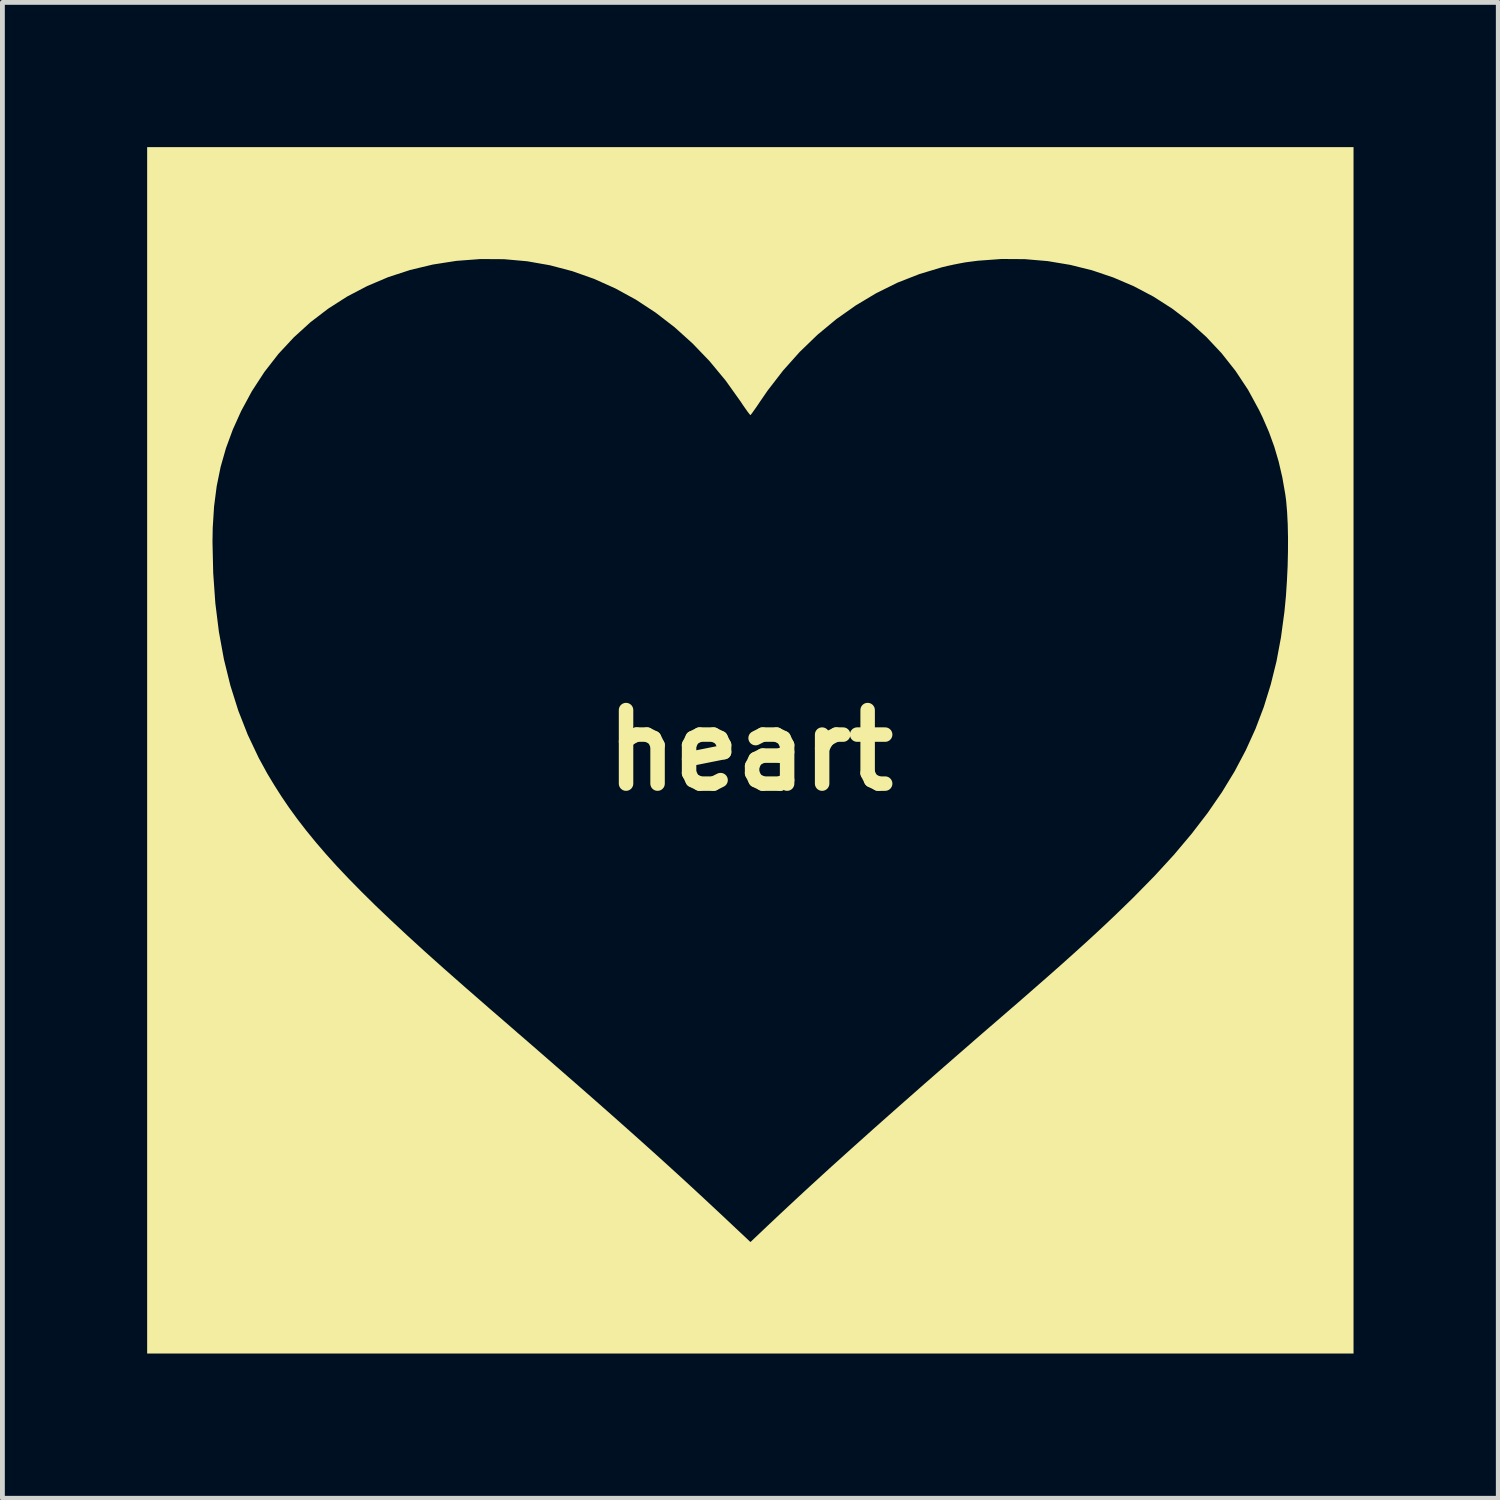
<source format=kicad_pcb>
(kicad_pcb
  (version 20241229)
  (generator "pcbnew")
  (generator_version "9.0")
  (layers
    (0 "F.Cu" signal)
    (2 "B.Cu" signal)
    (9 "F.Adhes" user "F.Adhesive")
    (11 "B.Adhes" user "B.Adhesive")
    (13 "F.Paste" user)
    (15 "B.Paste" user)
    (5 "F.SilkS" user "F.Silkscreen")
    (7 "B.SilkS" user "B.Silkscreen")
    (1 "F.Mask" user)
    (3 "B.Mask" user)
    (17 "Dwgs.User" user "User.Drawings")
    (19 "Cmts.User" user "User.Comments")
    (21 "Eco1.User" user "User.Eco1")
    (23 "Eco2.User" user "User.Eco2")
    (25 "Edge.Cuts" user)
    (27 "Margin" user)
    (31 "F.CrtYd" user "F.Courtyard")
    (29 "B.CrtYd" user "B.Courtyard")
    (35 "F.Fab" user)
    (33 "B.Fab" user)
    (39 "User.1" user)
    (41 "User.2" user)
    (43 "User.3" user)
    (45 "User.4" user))
  (footprint "heart"
    (layer "F.Cu")
    (at 12.502 12.502)
    (property "Reference" "heart" (at 0 0 0) (layer "F.SilkS") (effects (font (size 1.524 1.524) (thickness 0.3))))
    (attr board_only exclude_from_pos_files exclude_from_bom)
    (fp_poly (pts (xy 12.502 12.502) (xy -12.502 12.502) (xy -12.502 -4.324) (xy -11.148 -4.324) (xy -11.133 -3.673) (xy -11.089 -3.051) (xy -11.015 -2.456) (xy -10.911 -1.887) (xy -10.777 -1.343) (xy -10.613 -0.822) (xy -10.417 -0.323) (xy -10.19 0.156) (xy -10.013 0.48) (xy -9.869 0.719) (xy -9.719 0.955) (xy -9.56 1.189) (xy -9.39 1.423) (xy -9.207 1.66) (xy -9.011 1.9) (xy -8.8 2.146) (xy -8.571 2.4) (xy -8.323 2.662) (xy -8.054 2.936) (xy -7.764 3.222) (xy -7.449 3.522) (xy -7.109 3.839) (xy -6.742 4.174) (xy -6.346 4.528) (xy -5.919 4.904) (xy -5.553 5.223) (xy -5.412 5.346) (xy -5.258 5.479) (xy -5.102 5.614) (xy -4.953 5.743) (xy -4.82 5.859) (xy -4.74 5.928) (xy -4.311 6.3) (xy -3.911 6.649) (xy -3.537 6.975) (xy -3.186 7.283) (xy -2.856 7.574) (xy -2.544 7.851) (xy -2.247 8.116) (xy -1.961 8.373) (xy -1.685 8.623) (xy -1.415 8.869) (xy -1.149 9.114) (xy -0.883 9.361) (xy -0.615 9.611) (xy -0.359 9.852) (xy 0.002 10.191) (xy 0.371 9.841) (xy 0.487 9.732) (xy 0.625 9.602) (xy 0.777 9.46) (xy 0.934 9.314) (xy 1.089 9.17) (xy 1.229 9.041) (xy 1.641 8.664) (xy 2.086 8.263) (xy 2.563 7.836) (xy 3.073 7.384) (xy 3.616 6.906) (xy 4.191 6.404) (xy 4.799 5.875) (xy 5.208 5.522) (xy 5.562 5.216) (xy 5.886 4.933) (xy 6.184 4.672) (xy 6.459 4.429) (xy 6.713 4.201) (xy 6.95 3.987) (xy 7.173 3.782) (xy 7.384 3.585) (xy 7.586 3.393) (xy 7.783 3.202) (xy 7.936 3.053) (xy 8.378 2.603) (xy 8.782 2.162) (xy 9.148 1.727) (xy 9.479 1.296) (xy 9.775 0.866) (xy 10.038 0.434) (xy 10.269 -0.003) (xy 10.47 -0.446) (xy 10.642 -0.899) (xy 10.786 -1.364) (xy 10.905 -1.844) (xy 10.998 -2.342) (xy 11.068 -2.86) (xy 11.073 -2.907) (xy 11.101 -3.201) (xy 11.121 -3.505) (xy 11.136 -3.812) (xy 11.143 -4.116) (xy 11.144 -4.41) (xy 11.138 -4.687) (xy 11.125 -4.942) (xy 11.106 -5.166) (xy 11.088 -5.303) (xy 11.026 -5.658) (xy 10.95 -5.985) (xy 10.859 -6.294) (xy 10.749 -6.597) (xy 10.615 -6.906) (xy 10.544 -7.053) (xy 10.316 -7.472) (xy 10.056 -7.865) (xy 9.767 -8.231) (xy 9.451 -8.568) (xy 9.109 -8.877) (xy 8.744 -9.155) (xy 8.357 -9.403) (xy 7.95 -9.618) (xy 7.525 -9.8) (xy 7.085 -9.949) (xy 6.631 -10.062) (xy 6.165 -10.14) (xy 5.688 -10.181) (xy 5.204 -10.184) (xy 4.713 -10.148) (xy 4.46 -10.115) (xy 4.351 -10.095) (xy 4.219 -10.069) (xy 4.082 -10.039) (xy 3.97 -10.012) (xy 3.505 -9.872) (xy 3.051 -9.694) (xy 2.612 -9.477) (xy 2.188 -9.224) (xy 1.78 -8.936) (xy 1.392 -8.614) (xy 1.024 -8.259) (xy 0.679 -7.873) (xy 0.358 -7.457) (xy 0.202 -7.23) (xy 0.139 -7.136) (xy 0.082 -7.055) (xy 0.038 -6.993) (xy 0.009 -6.956) (xy 0 -6.949) (xy -0.016 -6.966) (xy -0.051 -7.011) (xy -0.1 -7.08) (xy -0.16 -7.166) (xy -0.202 -7.23) (xy -0.511 -7.663) (xy -0.843 -8.064) (xy -1.197 -8.433) (xy -1.571 -8.77) (xy -1.964 -9.073) (xy -2.374 -9.342) (xy -2.8 -9.575) (xy -3.239 -9.772) (xy -3.691 -9.932) (xy -4.154 -10.054) (xy -4.626 -10.137) (xy -5.106 -10.18) (xy -5.592 -10.183) (xy -5.595 -10.183) (xy -6.095 -10.145) (xy -6.581 -10.069) (xy -7.052 -9.956) (xy -7.506 -9.808) (xy -7.94 -9.624) (xy -8.355 -9.407) (xy -8.748 -9.156) (xy -9.117 -8.874) (xy -9.462 -8.56) (xy -9.781 -8.217) (xy -10.071 -7.844) (xy -10.332 -7.443) (xy -10.554 -7.032) (xy -10.727 -6.648) (xy -10.868 -6.265) (xy -10.979 -5.876) (xy -11.061 -5.474) (xy -11.115 -5.056) (xy -11.143 -4.613) (xy -11.148 -4.324) (xy -12.502 -4.324) (xy -12.502 -12.502) (xy 12.502 -12.502)) (stroke (width 0) (type solid)) (fill yes) (layer "F.SilkS")))
  (gr_rect
    (start -3 -3)
    (end 28.004 28.004)
    (stroke (width 0.1) (type default))
    (fill no)
    (layer "Edge.Cuts")))
</source>
